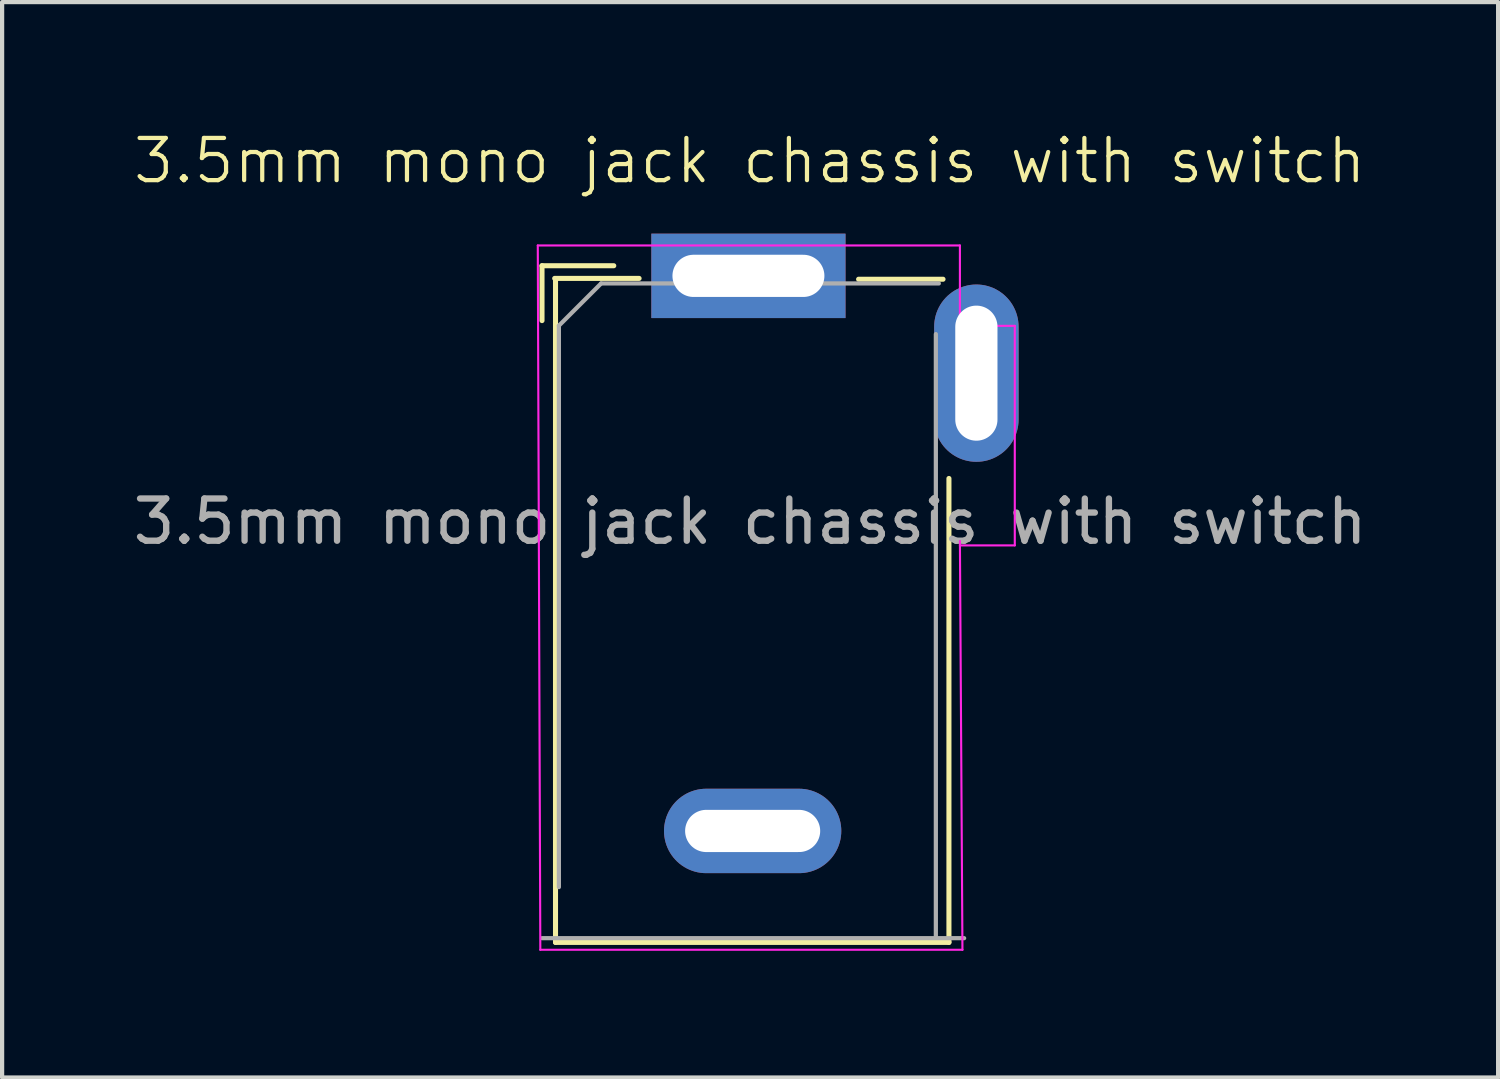
<source format=kicad_pcb>
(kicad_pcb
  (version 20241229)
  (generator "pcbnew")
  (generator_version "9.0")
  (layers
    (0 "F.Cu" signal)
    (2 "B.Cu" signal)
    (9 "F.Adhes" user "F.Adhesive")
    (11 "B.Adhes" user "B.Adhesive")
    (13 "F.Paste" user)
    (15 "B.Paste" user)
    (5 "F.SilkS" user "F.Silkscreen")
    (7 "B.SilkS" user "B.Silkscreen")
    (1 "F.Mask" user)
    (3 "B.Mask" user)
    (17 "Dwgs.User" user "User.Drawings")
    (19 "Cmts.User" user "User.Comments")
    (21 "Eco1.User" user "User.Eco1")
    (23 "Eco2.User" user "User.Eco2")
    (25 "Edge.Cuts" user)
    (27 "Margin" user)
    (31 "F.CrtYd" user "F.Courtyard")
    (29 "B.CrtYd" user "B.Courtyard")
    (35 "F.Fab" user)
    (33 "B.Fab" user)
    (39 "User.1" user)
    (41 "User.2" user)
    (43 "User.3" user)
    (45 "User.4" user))
  (footprint "3.5mm mono jack chassis with switch"
    (layer "F.Cu")
    (at 14.72 3.45)
    (property "Reference" "3.5mm mono jack chassis with switch" (at -0.01 -2.69 0) (unlocked yes) (layer "F.SilkS") (effects (font (size 1 1) (thickness 0.1))))
    (attr through_hole)
    (fp_line (start -4.93 -0.205) (end -4.93 1.095) (stroke (width 0.12) (type solid)) (layer "F.SilkS"))
    (fp_line (start -4.63 0.095) (end -2.63 0.095) (stroke (width 0.12) (type solid)) (layer "F.SilkS"))
    (fp_line (start -4.61 15.825) (end -4.61 0.125) (stroke (width 0.12) (type solid)) (layer "F.SilkS"))
    (fp_line (start -3.23 -0.205) (end -4.93 -0.205) (stroke (width 0.12) (type solid)) (layer "F.SilkS"))
    (fp_line (start 2.57 0.115) (end 4.57 0.115) (stroke (width 0.12) (type solid)) (layer "F.SilkS"))
    (fp_line (start 4.71 4.835) (end 4.71 15.825) (stroke (width 0.12) (type solid)) (layer "F.SilkS"))
    (fp_line (start 4.71 15.825) (end -4.61 15.825) (stroke (width 0.12) (type solid)) (layer "F.SilkS"))
    (fp_line (start -5.03 -0.685) (end -4.97 16) (stroke (width 0.05) (type solid)) (layer "F.CrtYd"))
    (fp_line (start -4.97 16) (end 5.03 16) (stroke (width 0.05) (type solid)) (layer "F.CrtYd"))
    (fp_line (start 4.97 -0.685) (end -5.03 -0.685) (stroke (width 0.05) (type solid)) (layer "F.CrtYd"))
    (fp_line (start 4.97 1.115) (end 4.97 -0.685) (stroke (width 0.05) (type solid)) (layer "F.CrtYd"))
    (fp_line (start 5.03 16) (end 4.97 6.315) (stroke (width 0.05) (type solid)) (layer "F.CrtYd"))
    (fp_line (start 6.27 1.22) (end 4.97 1.22) (stroke (width 0.05) (type solid)) (layer "F.CrtYd"))
    (fp_line (start 6.27 1.22) (end 6.27 6.42) (stroke (width 0.05) (type solid)) (layer "F.CrtYd"))
    (fp_line (start 6.27 6.42) (end 4.97 6.42) (stroke (width 0.05) (type solid)) (layer "F.CrtYd"))
    (fp_line (start -4.53 1.215) (end -3.53 0.215) (stroke (width 0.1) (type solid)) (layer "F.Fab"))
    (fp_line (start -4.53 14.515) (end -4.53 1.215) (stroke (width 0.1) (type solid)) (layer "F.Fab"))
    (fp_line (start 4.4 1.415) (end 4.4 15.715) (stroke (width 0.1) (type solid)) (layer "F.Fab"))
    (fp_line (start 4.47 0.215) (end -3.53 0.215) (stroke (width 0.1) (type solid)) (layer "F.Fab"))
    (fp_line (start 5.07 15.725) (end -4.93 15.725) (stroke (width 0.1) (type solid)) (layer "F.Fab"))
    (fp_text user "${REFERENCE}" (at 0 5.855 0) (unlocked yes) (layer "F.Fab") (effects (font (size 1 1) (thickness 0.15))))
    (pad "1" thru_hole rect (at -0.04 0.035) (size 4.6 2) (drill oval 3.6 1) (layers "*.Cu" "*.Mask"))
    (pad "2" thru_hole oval (at 0.06 13.185) (size 4.2 2) (drill oval 3.2 1) (layers "*.Cu" "*.Mask"))
    (pad "3" thru_hole oval (at 5.36 2.34) (size 2 4.2) (drill oval 1 3.2) (layers "*.Cu" "*.Mask")))
  (gr_rect
    (start -3 -3)
    (end 32.44 22.476)
    (stroke (width 0.1) (type default))
    (fill no)
    (layer "Edge.Cuts")))
</source>
